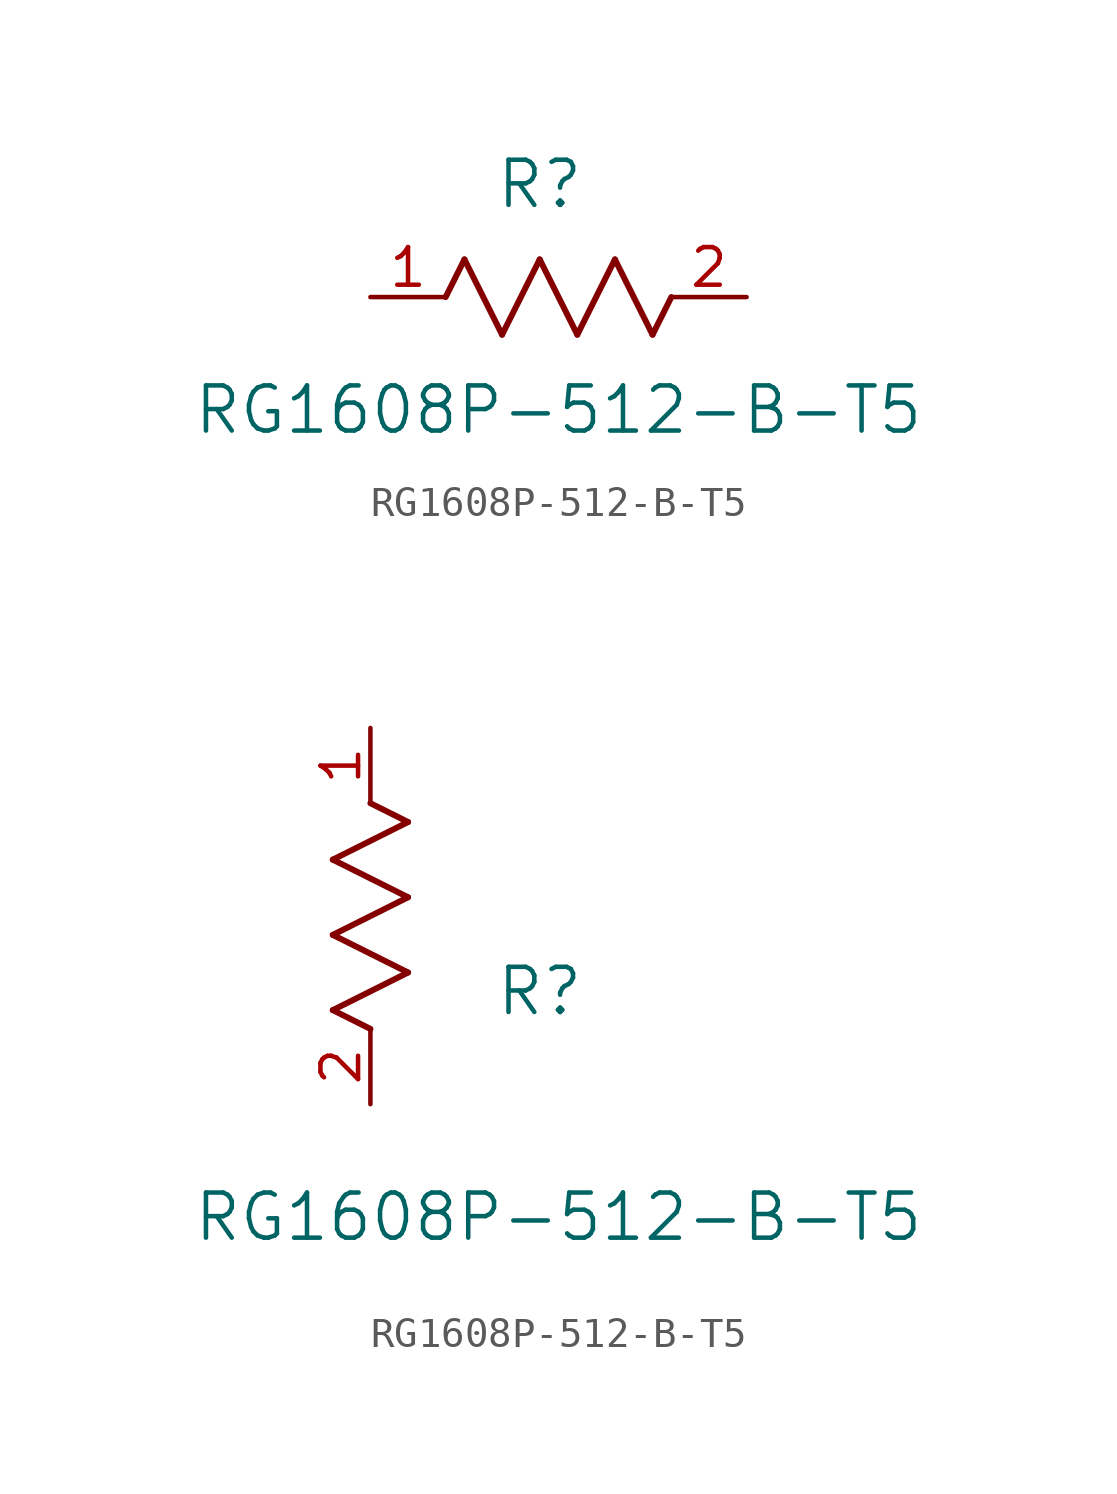
<source format=kicad_sym>
(kicad_symbol_lib
  (version 20211014)
  (generator kicad_symbol_editor)
  (symbol "RG1608P-512-B-T5"
    (pin_names
      (offset 0.254))
    (property "Reference" "R"
      (at 5.715 3.81 0)
      (effects (font (size 1.524 1.524))))
    (property "Value" "RG1608P-512-B-T5"
      (at 6.35 -3.81 0)
      (effects (font (size 1.524 1.524))))
    (symbol "RG1608P-512-B-T5_1_1"
      (polyline (pts (xy 3.175 1.27) (xy 4.445 -1.27)) (stroke (width 0.203) (type default) (color 0 0 0 0)) (fill (type none)))
      (polyline (pts (xy 4.445 -1.27) (xy 5.715 1.27)) (stroke (width 0.203) (type default) (color 0 0 0 0)) (fill (type none)))
      (polyline (pts (xy 5.715 1.27) (xy 6.985 -1.27)) (stroke (width 0.203) (type default) (color 0 0 0 0)) (fill (type none)))
      (polyline (pts (xy 6.985 -1.27) (xy 8.255 1.27)) (stroke (width 0.203) (type default) (color 0 0 0 0)) (fill (type none)))
      (polyline (pts (xy 8.255 1.27) (xy 9.525 -1.27)) (stroke (width 0.203) (type default) (color 0 0 0 0)) (fill (type none)))
      (polyline (pts (xy 2.54 0) (xy 3.175 1.27)) (stroke (width 0.203) (type default) (color 0 0 0 0)) (fill (type none)))
      (polyline (pts (xy 9.525 -1.27) (xy 10.16 0)) (stroke (width 0.203) (type default) (color 0 0 0 0)) (fill (type none)))
      (pin unspecified line (at 0 0 0) (length 2.54) (name "" (effects (font (size 1.27 1.27)))) (number "1" (effects (font (size 1.27 1.27)))))
      (pin unspecified line (at 12.7 0 180) (length 2.54) (name "" (effects (font (size 1.27 1.27)))) (number "2" (effects (font (size 1.27 1.27))))))
    (symbol "RG1608P-512-B-T5_1_2"
      (polyline (pts (xy 0 2.54) (xy -1.27 3.175)) (stroke (width 0.203) (type default) (color 0 0 0 0)) (fill (type none)))
      (polyline (pts (xy -1.27 3.175) (xy 1.27 4.445)) (stroke (width 0.203) (type default) (color 0 0 0 0)) (fill (type none)))
      (polyline (pts (xy 1.27 4.445) (xy -1.27 5.715)) (stroke (width 0.203) (type default) (color 0 0 0 0)) (fill (type none)))
      (polyline (pts (xy -1.27 5.715) (xy 1.27 6.985)) (stroke (width 0.203) (type default) (color 0 0 0 0)) (fill (type none)))
      (polyline (pts (xy -1.27 8.255) (xy 1.27 9.525)) (stroke (width 0.203) (type default) (color 0 0 0 0)) (fill (type none)))
      (polyline (pts (xy 1.27 9.525) (xy 0 10.16)) (stroke (width 0.203) (type default) (color 0 0 0 0)) (fill (type none)))
      (polyline (pts (xy 1.27 6.985) (xy -1.27 8.255)) (stroke (width 0.203) (type default) (color 0 0 0 0)) (fill (type none)))
      (pin unspecified line (at 0 12.7 270) (length 2.54) (name "" (effects (font (size 1.27 1.27)))) (number "1" (effects (font (size 1.27 1.27)))))
      (pin unspecified line (at 0 0 90) (length 2.54) (name "" (effects (font (size 1.27 1.27)))) (number "2" (effects (font (size 1.27 1.27))))))))
</source>
